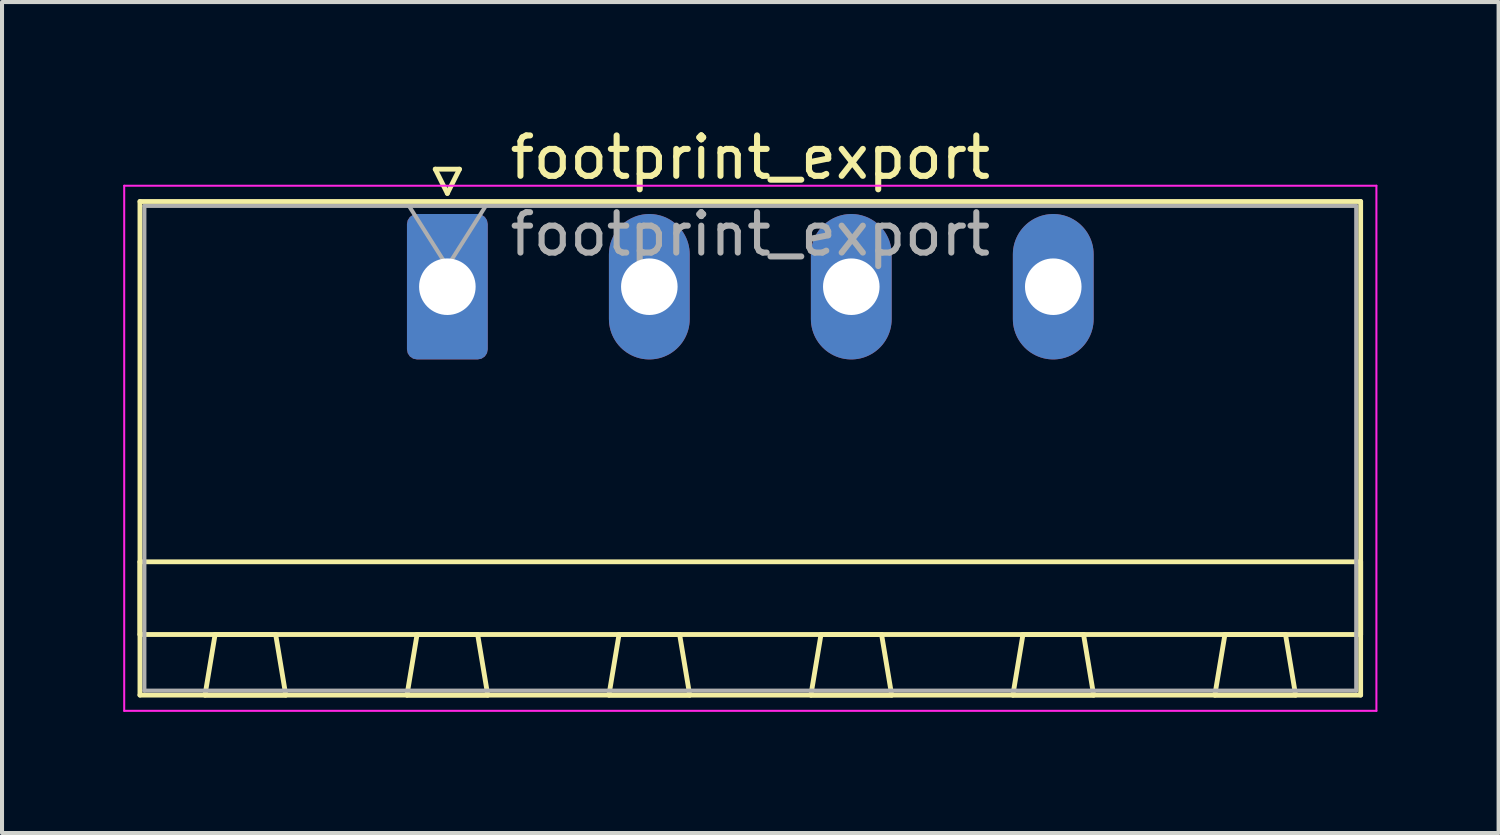
<source format=kicad_pcb>
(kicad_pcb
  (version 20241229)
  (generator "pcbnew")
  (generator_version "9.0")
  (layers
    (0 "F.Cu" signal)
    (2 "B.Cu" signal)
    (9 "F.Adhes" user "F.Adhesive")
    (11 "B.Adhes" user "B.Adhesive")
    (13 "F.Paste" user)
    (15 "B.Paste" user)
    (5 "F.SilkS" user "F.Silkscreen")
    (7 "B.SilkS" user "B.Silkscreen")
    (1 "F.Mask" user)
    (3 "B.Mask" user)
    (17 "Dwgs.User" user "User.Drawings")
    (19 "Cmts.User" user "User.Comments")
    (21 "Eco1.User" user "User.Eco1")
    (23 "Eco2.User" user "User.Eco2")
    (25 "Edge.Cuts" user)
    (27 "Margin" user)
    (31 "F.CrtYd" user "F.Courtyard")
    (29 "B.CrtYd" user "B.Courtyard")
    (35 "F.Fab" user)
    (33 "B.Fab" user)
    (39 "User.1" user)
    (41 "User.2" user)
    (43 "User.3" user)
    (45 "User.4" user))
  (footprint "footprint_export"
    (layer "F.Cu")
    (at 8.025 4.048)
    (property "Reference" "footprint_export" (at 7.5 -3.2 0) (layer "F.SilkS") (effects (font (size 1 1) (thickness 0.15))))
    (attr through_hole)
    (fp_line (start -7.61 -2.11) (end -7.61 10.11) (stroke (width 0.12) (type solid)) (layer "F.SilkS"))
    (fp_line (start -7.61 6.81) (end 22.61 6.81) (stroke (width 0.12) (type solid)) (layer "F.SilkS"))
    (fp_line (start -7.61 8.61) (end -7.61 6.81) (stroke (width 0.12) (type solid)) (layer "F.SilkS"))
    (fp_line (start -7.61 10.11) (end 22.61 10.11) (stroke (width 0.12) (type solid)) (layer "F.SilkS"))
    (fp_line (start -6 10.11) (end -4 10.11) (stroke (width 0.12) (type solid)) (layer "F.SilkS"))
    (fp_line (start -5.75 8.61) (end -6 10.11) (stroke (width 0.12) (type solid)) (layer "F.SilkS"))
    (fp_line (start -4.25 8.61) (end -5.75 8.61) (stroke (width 0.12) (type solid)) (layer "F.SilkS"))
    (fp_line (start -4 10.11) (end -4.25 8.61) (stroke (width 0.12) (type solid)) (layer "F.SilkS"))
    (fp_line (start -1 10.11) (end 1 10.11) (stroke (width 0.12) (type solid)) (layer "F.SilkS"))
    (fp_line (start -0.75 8.61) (end -1 10.11) (stroke (width 0.12) (type solid)) (layer "F.SilkS"))
    (fp_line (start -0.3 -2.91) (end 0.3 -2.91) (stroke (width 0.12) (type solid)) (layer "F.SilkS"))
    (fp_line (start 0 -2.31) (end -0.3 -2.91) (stroke (width 0.12) (type solid)) (layer "F.SilkS"))
    (fp_line (start 0.3 -2.91) (end 0 -2.31) (stroke (width 0.12) (type solid)) (layer "F.SilkS"))
    (fp_line (start 0.75 8.61) (end -0.75 8.61) (stroke (width 0.12) (type solid)) (layer "F.SilkS"))
    (fp_line (start 1 10.11) (end 0.75 8.61) (stroke (width 0.12) (type solid)) (layer "F.SilkS"))
    (fp_line (start 4 10.11) (end 6 10.11) (stroke (width 0.12) (type solid)) (layer "F.SilkS"))
    (fp_line (start 4.25 8.61) (end 4 10.11) (stroke (width 0.12) (type solid)) (layer "F.SilkS"))
    (fp_line (start 5.75 8.61) (end 4.25 8.61) (stroke (width 0.12) (type solid)) (layer "F.SilkS"))
    (fp_line (start 6 10.11) (end 5.75 8.61) (stroke (width 0.12) (type solid)) (layer "F.SilkS"))
    (fp_line (start 9 10.11) (end 11 10.11) (stroke (width 0.12) (type solid)) (layer "F.SilkS"))
    (fp_line (start 9.25 8.61) (end 9 10.11) (stroke (width 0.12) (type solid)) (layer "F.SilkS"))
    (fp_line (start 10.75 8.61) (end 9.25 8.61) (stroke (width 0.12) (type solid)) (layer "F.SilkS"))
    (fp_line (start 11 10.11) (end 10.75 8.61) (stroke (width 0.12) (type solid)) (layer "F.SilkS"))
    (fp_line (start 14 10.11) (end 16 10.11) (stroke (width 0.12) (type solid)) (layer "F.SilkS"))
    (fp_line (start 14.25 8.61) (end 14 10.11) (stroke (width 0.12) (type solid)) (layer "F.SilkS"))
    (fp_line (start 15.75 8.61) (end 14.25 8.61) (stroke (width 0.12) (type solid)) (layer "F.SilkS"))
    (fp_line (start 16 10.11) (end 15.75 8.61) (stroke (width 0.12) (type solid)) (layer "F.SilkS"))
    (fp_line (start 19 10.11) (end 21 10.11) (stroke (width 0.12) (type solid)) (layer "F.SilkS"))
    (fp_line (start 19.25 8.61) (end 19 10.11) (stroke (width 0.12) (type solid)) (layer "F.SilkS"))
    (fp_line (start 20.75 8.61) (end 19.25 8.61) (stroke (width 0.12) (type solid)) (layer "F.SilkS"))
    (fp_line (start 21 10.11) (end 20.75 8.61) (stroke (width 0.12) (type solid)) (layer "F.SilkS"))
    (fp_line (start 22.61 -2.11) (end -7.61 -2.11) (stroke (width 0.12) (type solid)) (layer "F.SilkS"))
    (fp_line (start 22.61 6.81) (end 22.61 8.61) (stroke (width 0.12) (type solid)) (layer "F.SilkS"))
    (fp_line (start 22.61 8.61) (end -7.61 8.61) (stroke (width 0.12) (type solid)) (layer "F.SilkS"))
    (fp_line (start 22.61 10.11) (end 22.61 -2.11) (stroke (width 0.12) (type solid)) (layer "F.SilkS"))
    (fp_line (start -8 -2.5) (end -8 10.5) (stroke (width 0.05) (type solid)) (layer "F.CrtYd"))
    (fp_line (start -8 10.5) (end 23 10.5) (stroke (width 0.05) (type solid)) (layer "F.CrtYd"))
    (fp_line (start 23 -2.5) (end -8 -2.5) (stroke (width 0.05) (type solid)) (layer "F.CrtYd"))
    (fp_line (start 23 10.5) (end 23 -2.5) (stroke (width 0.05) (type solid)) (layer "F.CrtYd"))
    (fp_line (start -7.5 -2) (end -7.5 10) (stroke (width 0.1) (type solid)) (layer "F.Fab"))
    (fp_line (start -7.5 10) (end 22.5 10) (stroke (width 0.1) (type solid)) (layer "F.Fab"))
    (fp_line (start 0 -0.5) (end -0.95 -2) (stroke (width 0.1) (type solid)) (layer "F.Fab"))
    (fp_line (start 0.95 -2) (end 0 -0.5) (stroke (width 0.1) (type solid)) (layer "F.Fab"))
    (fp_line (start 22.5 -2) (end -7.5 -2) (stroke (width 0.1) (type solid)) (layer "F.Fab"))
    (fp_line (start 22.5 10) (end 22.5 -2) (stroke (width 0.1) (type solid)) (layer "F.Fab"))
    (fp_text user "${REFERENCE}" (at 7.5 -1.3 0) (layer "F.Fab") (effects (font (size 1 1) (thickness 0.15))))
    (pad "1" thru_hole roundrect (at 0 0) (size 2 3.6) (drill 1.4) (layers "*.Cu" "*.Mask") (roundrect_rratio 0.125))
    (pad "2" thru_hole oval (at 5 0) (size 2 3.6) (drill 1.4) (layers "*.Cu" "*.Mask"))
    (pad "3" thru_hole oval (at 10 0) (size 2 3.6) (drill 1.4) (layers "*.Cu" "*.Mask"))
    (pad "4" thru_hole oval (at 15 0) (size 2 3.6) (drill 1.4) (layers "*.Cu" "*.Mask")))
  (gr_rect
    (start -3 -3)
    (end 34.05 17.573)
    (stroke (width 0.1) (type default))
    (fill no)
    (layer "Edge.Cuts")))
</source>
